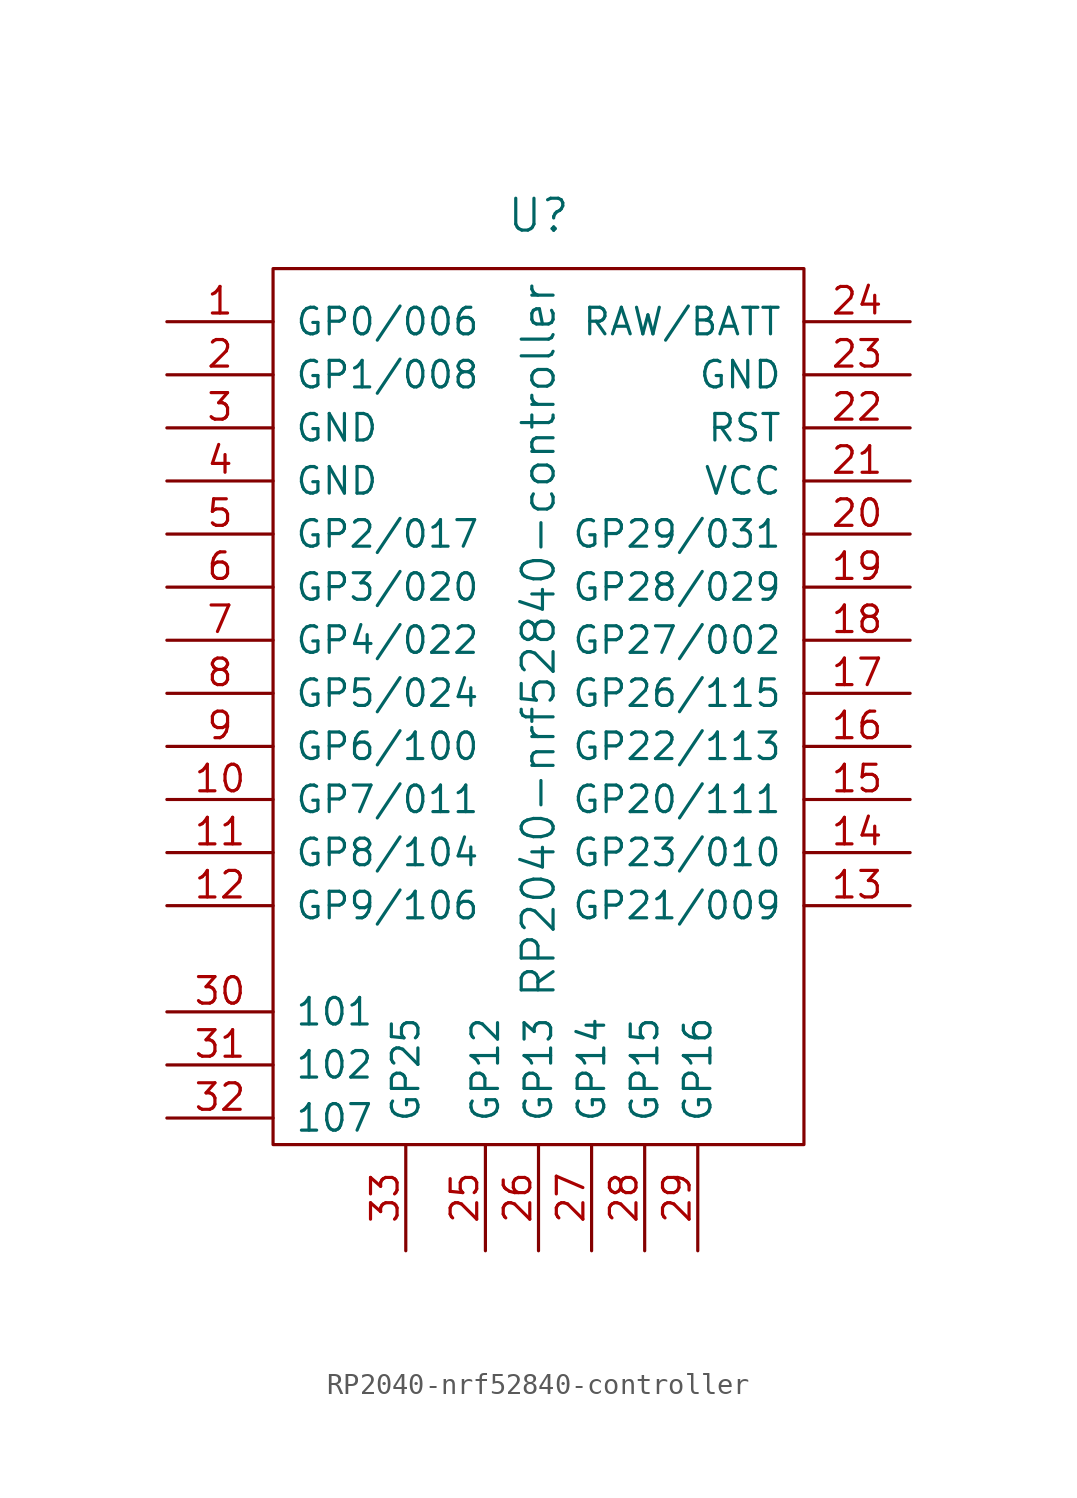
<source format=kicad_sym>
(kicad_symbol_lib
  (version 20220914)
  (generator kicad_symbol_editor)
  (symbol "RP2040-nrf52840-controller"
    (pin_names
      (offset 1.016))
    (property "Reference" "U"
      (at 0 22.86 0)
      (effects (font (size 1.524 1.524))))
    (property "Value" "RP2040-nrf52840-controller"
      (at 0 2.54 90)
      (effects (font (size 1.524 1.524))))
    (symbol "RP2040-nrf52840-controller_0_1"
      (rectangle (start -12.7 20.32) (end 12.7 -21.59) (stroke (width 0) (type solid)) (fill (type none))))
    (symbol "RP2040-nrf52840-controller_1_1"
      (pin input line (at -17.78 17.78 0) (length 5.08) (name "GP0/006" (effects (font (size 1.27 1.27)))) (number "1" (effects (font (size 1.27 1.27)))))
      (pin input line (at -17.78 -5.08 0) (length 5.08) (name "GP7/011" (effects (font (size 1.27 1.27)))) (number "10" (effects (font (size 1.27 1.27)))))
      (pin input line (at -17.78 -7.62 0) (length 5.08) (name "GP8/104" (effects (font (size 1.27 1.27)))) (number "11" (effects (font (size 1.27 1.27)))))
      (pin input line (at -17.78 -10.16 0) (length 5.08) (name "GP9/106" (effects (font (size 1.27 1.27)))) (number "12" (effects (font (size 1.27 1.27)))))
      (pin input line (at 17.78 -10.16 180) (length 5.08) (name "GP21/009" (effects (font (size 1.27 1.27)))) (number "13" (effects (font (size 1.27 1.27)))))
      (pin input line (at 17.78 -7.62 180) (length 5.08) (name "GP23/010" (effects (font (size 1.27 1.27)))) (number "14" (effects (font (size 1.27 1.27)))))
      (pin input line (at 17.78 -5.08 180) (length 5.08) (name "GP20/111" (effects (font (size 1.27 1.27)))) (number "15" (effects (font (size 1.27 1.27)))))
      (pin input line (at 17.78 -2.54 180) (length 5.08) (name "GP22/113" (effects (font (size 1.27 1.27)))) (number "16" (effects (font (size 1.27 1.27)))))
      (pin input line (at 17.78 0 180) (length 5.08) (name "GP26/115" (effects (font (size 1.27 1.27)))) (number "17" (effects (font (size 1.27 1.27)))))
      (pin input line (at 17.78 2.54 180) (length 5.08) (name "GP27/002" (effects (font (size 1.27 1.27)))) (number "18" (effects (font (size 1.27 1.27)))))
      (pin input line (at 17.78 5.08 180) (length 5.08) (name "GP28/029" (effects (font (size 1.27 1.27)))) (number "19" (effects (font (size 1.27 1.27)))))
      (pin input line (at -17.78 15.24 0) (length 5.08) (name "GP1/008" (effects (font (size 1.27 1.27)))) (number "2" (effects (font (size 1.27 1.27)))))
      (pin input line (at 17.78 7.62 180) (length 5.08) (name "GP29/031" (effects (font (size 1.27 1.27)))) (number "20" (effects (font (size 1.27 1.27)))))
      (pin input line (at 17.78 10.16 180) (length 5.08) (name "VCC" (effects (font (size 1.27 1.27)))) (number "21" (effects (font (size 1.27 1.27)))))
      (pin input line (at 17.78 12.7 180) (length 5.08) (name "RST" (effects (font (size 1.27 1.27)))) (number "22" (effects (font (size 1.27 1.27)))))
      (pin input line (at 17.78 15.24 180) (length 5.08) (name "GND" (effects (font (size 1.27 1.27)))) (number "23" (effects (font (size 1.27 1.27)))))
      (pin input line (at 17.78 17.78 180) (length 5.08) (name "RAW/BATT" (effects (font (size 1.27 1.27)))) (number "24" (effects (font (size 1.27 1.27)))))
      (pin input line (at -2.54 -26.67 90) (length 5.08) (name "GP12" (effects (font (size 1.27 1.27)))) (number "25" (effects (font (size 1.27 1.27)))))
      (pin input line (at 0 -26.67 90) (length 5.08) (name "GP13" (effects (font (size 1.27 1.27)))) (number "26" (effects (font (size 1.27 1.27)))))
      (pin input line (at 2.54 -26.67 90) (length 5.08) (name "GP14" (effects (font (size 1.27 1.27)))) (number "27" (effects (font (size 1.27 1.27)))))
      (pin input line (at 5.08 -26.67 90) (length 5.08) (name "GP15" (effects (font (size 1.27 1.27)))) (number "28" (effects (font (size 1.27 1.27)))))
      (pin input line (at 7.62 -26.67 90) (length 5.08) (name "GP16" (effects (font (size 1.27 1.27)))) (number "29" (effects (font (size 1.27 1.27)))))
      (pin input line (at -17.78 12.7 0) (length 5.08) (name "GND" (effects (font (size 1.27 1.27)))) (number "3" (effects (font (size 1.27 1.27)))))
      (pin input line (at -17.78 -15.24 0) (length 5.08) (name "101" (effects (font (size 1.27 1.27)))) (number "30" (effects (font (size 1.27 1.27)))))
      (pin input line (at -17.78 -17.78 0) (length 5.08) (name "102" (effects (font (size 1.27 1.27)))) (number "31" (effects (font (size 1.27 1.27)))))
      (pin input line (at -17.78 -20.32 0) (length 5.08) (name "107" (effects (font (size 1.27 1.27)))) (number "32" (effects (font (size 1.27 1.27)))))
      (pin input line (at -6.35 -26.67 90) (length 5.08) (name "GP25" (effects (font (size 1.27 1.27)))) (number "33" (effects (font (size 1.27 1.27)))))
      (pin input line (at -17.78 10.16 0) (length 5.08) (name "GND" (effects (font (size 1.27 1.27)))) (number "4" (effects (font (size 1.27 1.27)))))
      (pin input line (at -17.78 7.62 0) (length 5.08) (name "GP2/017" (effects (font (size 1.27 1.27)))) (number "5" (effects (font (size 1.27 1.27)))))
      (pin input line (at -17.78 5.08 0) (length 5.08) (name "GP3/020" (effects (font (size 1.27 1.27)))) (number "6" (effects (font (size 1.27 1.27)))))
      (pin input line (at -17.78 2.54 0) (length 5.08) (name "GP4/022" (effects (font (size 1.27 1.27)))) (number "7" (effects (font (size 1.27 1.27)))))
      (pin input line (at -17.78 0 0) (length 5.08) (name "GP5/024" (effects (font (size 1.27 1.27)))) (number "8" (effects (font (size 1.27 1.27)))))
      (pin input line (at -17.78 -2.54 0) (length 5.08) (name "GP6/100" (effects (font (size 1.27 1.27)))) (number "9" (effects (font (size 1.27 1.27))))))))
</source>
